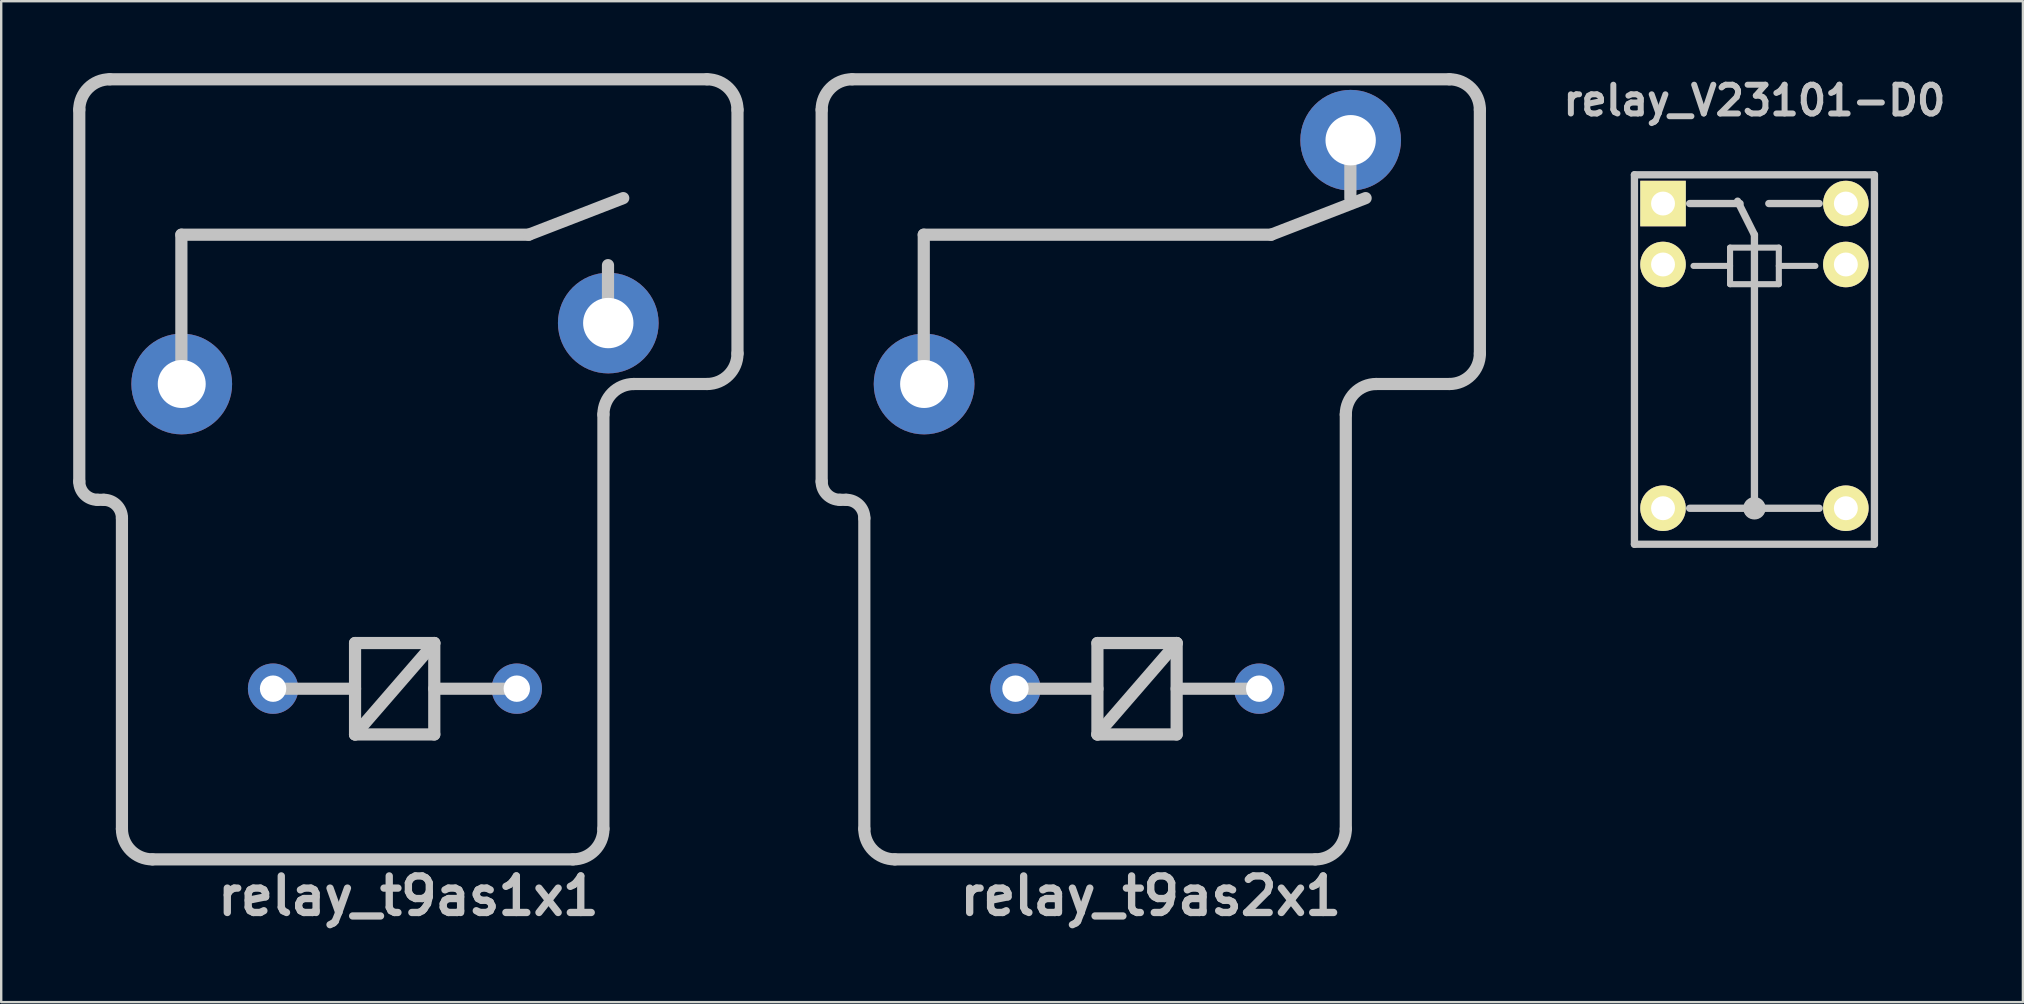
<source format=kicad_pcb>
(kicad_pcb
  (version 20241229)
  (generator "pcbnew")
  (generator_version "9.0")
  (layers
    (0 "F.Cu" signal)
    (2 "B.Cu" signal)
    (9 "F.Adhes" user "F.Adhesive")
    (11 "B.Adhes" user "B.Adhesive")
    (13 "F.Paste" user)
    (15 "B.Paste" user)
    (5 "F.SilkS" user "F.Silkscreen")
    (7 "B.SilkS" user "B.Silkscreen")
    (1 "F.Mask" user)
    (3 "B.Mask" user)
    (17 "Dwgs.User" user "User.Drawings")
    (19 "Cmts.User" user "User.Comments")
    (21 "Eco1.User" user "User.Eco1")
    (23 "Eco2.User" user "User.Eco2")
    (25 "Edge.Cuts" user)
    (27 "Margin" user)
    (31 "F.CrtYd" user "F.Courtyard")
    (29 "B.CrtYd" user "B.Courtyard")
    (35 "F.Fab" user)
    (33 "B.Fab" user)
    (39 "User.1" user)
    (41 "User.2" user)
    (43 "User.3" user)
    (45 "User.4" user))
  (footprint "relay_V23101-D0"
    (layer "F.Cu")
    (at 70.069 11.933)
    (property "Reference" "relay_V23101-D0" (at 0 -10.795 0) (layer "Dwgs.User") (effects (font (size 1.199 1.199) (thickness 0.249))))
    (attr through_hole)
    (fp_line (start -5.001 -7.699) (end 5.001 -7.699) (stroke (width 0.305) (type solid)) (layer "Dwgs.User"))
    (fp_line (start -5.001 7.699) (end -5.001 -7.699) (stroke (width 0.305) (type solid)) (layer "Dwgs.User"))
    (fp_line (start -2.7 6.2) (end 2.7 6.2) (stroke (width 0.305) (type solid)) (layer "Dwgs.User"))
    (fp_line (start -2.54 -3.901) (end -1.016 -3.901) (stroke (width 0.254) (type solid)) (layer "Dwgs.User"))
    (fp_line (start -1.016 -4.663) (end -1.016 -3.139) (stroke (width 0.254) (type solid)) (layer "Dwgs.User"))
    (fp_line (start -1.016 -3.139) (end 1.016 -3.139) (stroke (width 0.254) (type solid)) (layer "Dwgs.User"))
    (fp_line (start -0.599 -6.5) (end -2.7 -6.5) (stroke (width 0.305) (type solid)) (layer "Dwgs.User"))
    (fp_line (start 0 -5.199) (end -0.701 -6.599) (stroke (width 0.305) (type solid)) (layer "Dwgs.User"))
    (fp_line (start 0 -5.199) (end 0 6.2) (stroke (width 0.305) (type solid)) (layer "Dwgs.User"))
    (fp_line (start 0.599 -6.5) (end 2.7 -6.5) (stroke (width 0.305) (type solid)) (layer "Dwgs.User"))
    (fp_line (start 1.016 -4.663) (end -1.016 -4.663) (stroke (width 0.254) (type solid)) (layer "Dwgs.User"))
    (fp_line (start 1.016 -3.901) (end 2.54 -3.901) (stroke (width 0.254) (type solid)) (layer "Dwgs.User"))
    (fp_line (start 1.016 -3.139) (end 1.016 -4.663) (stroke (width 0.254) (type solid)) (layer "Dwgs.User"))
    (fp_line (start 5.001 -7.699) (end 5.001 7.699) (stroke (width 0.305) (type solid)) (layer "Dwgs.User"))
    (fp_line (start 5.001 7.699) (end -5.001 7.699) (stroke (width 0.305) (type solid)) (layer "Dwgs.User"))
    (fp_circle (center 0 6.2) (end -0.3 6.299) (stroke (width 0.305) (type solid)) (fill no) (layer "Dwgs.User"))
    (fp_circle (center 0 6.2) (end -0.099 6.299) (stroke (width 0.305) (type solid)) (fill no) (layer "Dwgs.User"))
    (pad "1" thru_hole rect (at -3.81 -6.5) (size 1.897 1.897) (drill 0.996) (layers "*.Cu" "*.Mask" "F.SilkS"))
    (pad "2" thru_hole circle (at -3.81 -3.96) (size 1.897 1.897) (drill 0.996) (layers "*.Cu" "*.Mask" "F.SilkS"))
    (pad "6" thru_hole circle (at -3.81 6.198) (size 1.897 1.897) (drill 0.996) (layers "*.Cu" "*.Mask" "F.SilkS"))
    (pad "7" thru_hole circle (at 3.81 6.198) (size 1.897 1.897) (drill 0.996) (layers "*.Cu" "*.Mask" "F.SilkS"))
    (pad "11" thru_hole circle (at 3.81 -3.96) (size 1.897 1.897) (drill 0.996) (layers "*.Cu" "*.Mask" "F.SilkS"))
    (pad "12" thru_hole circle (at 3.81 -6.5) (size 1.897 1.897) (drill 0.996) (layers "*.Cu" "*.Mask" "F.SilkS")))
  (footprint "relay_t9as1x1"
    (layer "F.Cu")
    (at 13.97 16.51)
    (property "Reference" "relay_t9as1x1" (at 0 17.78 0) (layer "Dwgs.User") (effects (font (size 1.524 1.524) (thickness 0.305))))
    (attr through_hole)
    (fp_line (start -13.716 -14.986) (end -13.716 0.508) (stroke (width 0.508) (type solid)) (layer "Dwgs.User"))
    (fp_line (start -12.954 1.27) (end -12.7 1.27) (stroke (width 0.508) (type solid)) (layer "Dwgs.User"))
    (fp_line (start -11.938 2.032) (end -11.938 14.986) (stroke (width 0.508) (type solid)) (layer "Dwgs.User"))
    (fp_line (start -10.668 16.256) (end 6.858 16.256) (stroke (width 0.508) (type solid)) (layer "Dwgs.User"))
    (fp_line (start -9.461 -9.779) (end -9.461 -3.556) (stroke (width 0.508) (type solid)) (layer "Dwgs.User"))
    (fp_line (start -9.461 -3.556) (end -9.461 -3.619) (stroke (width 0.508) (type solid)) (layer "Dwgs.User"))
    (fp_line (start -2.223 7.239) (end 1.079 7.239) (stroke (width 0.508) (type solid)) (layer "Dwgs.User"))
    (fp_line (start -2.223 9.144) (end -5.715 9.144) (stroke (width 0.508) (type solid)) (layer "Dwgs.User"))
    (fp_line (start -2.223 11.049) (end -2.223 7.239) (stroke (width 0.508) (type solid)) (layer "Dwgs.User"))
    (fp_line (start -2.223 11.049) (end 1.079 7.239) (stroke (width 0.508) (type solid)) (layer "Dwgs.User"))
    (fp_line (start 1.079 7.239) (end 1.079 11.049) (stroke (width 0.508) (type solid)) (layer "Dwgs.User"))
    (fp_line (start 1.079 11.049) (end -2.223 11.049) (stroke (width 0.508) (type solid)) (layer "Dwgs.User"))
    (fp_line (start 4.572 9.144) (end 1.079 9.144) (stroke (width 0.508) (type solid)) (layer "Dwgs.User"))
    (fp_line (start 5.016 -9.779) (end -9.461 -9.779) (stroke (width 0.508) (type solid)) (layer "Dwgs.User"))
    (fp_line (start 5.016 -9.779) (end 8.954 -11.303) (stroke (width 0.508) (type solid)) (layer "Dwgs.User"))
    (fp_line (start 8.128 14.986) (end 8.128 -2.286) (stroke (width 0.508) (type solid)) (layer "Dwgs.User"))
    (fp_line (start 8.319 -6.096) (end 8.319 -8.509) (stroke (width 0.508) (type solid)) (layer "Dwgs.User"))
    (fp_line (start 9.398 -3.556) (end 12.446 -3.556) (stroke (width 0.508) (type solid)) (layer "Dwgs.User"))
    (fp_line (start 12.446 -16.256) (end -12.446 -16.256) (stroke (width 0.508) (type solid)) (layer "Dwgs.User"))
    (fp_line (start 13.716 -4.826) (end 13.716 -14.986) (stroke (width 0.508) (type solid)) (layer "Dwgs.User"))
    (fp_arc (start -13.716 -14.986) (mid -13.344026 -15.884026) (end -12.446 -16.256) (stroke (width 0.508) (type solid)) (layer "Dwgs.User"))
    (fp_arc (start -12.954 1.27) (mid -13.492815 1.046815) (end -13.716 0.508) (stroke (width 0.508) (type solid)) (layer "Dwgs.User"))
    (fp_arc (start -12.7 1.27) (mid -12.161185 1.493185) (end -11.938 2.032) (stroke (width 0.508) (type solid)) (layer "Dwgs.User"))
    (fp_arc (start -10.668 16.256) (mid -11.566026 15.884026) (end -11.938 14.986) (stroke (width 0.508) (type solid)) (layer "Dwgs.User"))
    (fp_arc (start 8.128 -2.286) (mid 8.499974 -3.184026) (end 9.398 -3.556) (stroke (width 0.508) (type solid)) (layer "Dwgs.User"))
    (fp_arc (start 8.128 14.986) (mid 7.756026 15.884026) (end 6.858 16.256) (stroke (width 0.508) (type solid)) (layer "Dwgs.User"))
    (fp_arc (start 12.446 -16.256) (mid 13.344026 -15.884026) (end 13.716 -14.986) (stroke (width 0.508) (type solid)) (layer "Dwgs.User"))
    (fp_arc (start 13.716 -4.826) (mid 13.344026 -3.927974) (end 12.446 -3.556) (stroke (width 0.508) (type solid)) (layer "Dwgs.User"))
    (pad "1" thru_hole circle (at -5.639 9.141) (size 2.098 2.098) (drill 1.1) (layers "*.Cu" "*.Mask"))
    (pad "2" thru_hole circle (at 4.519 9.141) (size 2.098 2.098) (drill 1.1) (layers "*.Cu" "*.Mask"))
    (pad "3" thru_hole circle (at -9.446 -3.556) (size 4.199 4.199) (drill 1.999) (layers "*.Cu" "*.Mask"))
    (pad "4" thru_hole circle (at 8.331 -6.096) (size 4.196 4.196) (drill 2.098) (layers "*.Cu" "*.Mask")))
  (footprint "relay_t9as2x1"
    (layer "F.Cu")
    (at 44.91 16.51)
    (property "Reference" "relay_t9as2x1" (at 0 17.78 0) (layer "Dwgs.User") (effects (font (size 1.524 1.524) (thickness 0.305))))
    (attr through_hole)
    (fp_line (start -13.716 -14.986) (end -13.716 0.508) (stroke (width 0.508) (type solid)) (layer "Dwgs.User"))
    (fp_line (start -12.954 1.27) (end -12.7 1.27) (stroke (width 0.508) (type solid)) (layer "Dwgs.User"))
    (fp_line (start -11.938 2.032) (end -11.938 14.986) (stroke (width 0.508) (type solid)) (layer "Dwgs.User"))
    (fp_line (start -10.668 16.256) (end 6.858 16.256) (stroke (width 0.508) (type solid)) (layer "Dwgs.User"))
    (fp_line (start -9.461 -9.779) (end -9.461 -3.556) (stroke (width 0.508) (type solid)) (layer "Dwgs.User"))
    (fp_line (start -9.461 -3.556) (end -9.461 -3.619) (stroke (width 0.508) (type solid)) (layer "Dwgs.User"))
    (fp_line (start -2.223 7.239) (end 1.079 7.239) (stroke (width 0.508) (type solid)) (layer "Dwgs.User"))
    (fp_line (start -2.223 9.144) (end -5.715 9.144) (stroke (width 0.508) (type solid)) (layer "Dwgs.User"))
    (fp_line (start -2.223 11.049) (end -2.223 7.239) (stroke (width 0.508) (type solid)) (layer "Dwgs.User"))
    (fp_line (start -2.223 11.049) (end 1.079 7.239) (stroke (width 0.508) (type solid)) (layer "Dwgs.User"))
    (fp_line (start 1.079 7.239) (end 1.079 11.049) (stroke (width 0.508) (type solid)) (layer "Dwgs.User"))
    (fp_line (start 1.079 11.049) (end -2.223 11.049) (stroke (width 0.508) (type solid)) (layer "Dwgs.User"))
    (fp_line (start 4.572 9.144) (end 1.079 9.144) (stroke (width 0.508) (type solid)) (layer "Dwgs.User"))
    (fp_line (start 5.016 -9.779) (end -9.461 -9.779) (stroke (width 0.508) (type solid)) (layer "Dwgs.User"))
    (fp_line (start 5.016 -9.779) (end 8.954 -11.303) (stroke (width 0.508) (type solid)) (layer "Dwgs.User"))
    (fp_line (start 8.128 14.986) (end 8.128 -2.286) (stroke (width 0.508) (type solid)) (layer "Dwgs.User"))
    (fp_line (start 8.319 -13.716) (end 8.319 -11.303) (stroke (width 0.508) (type solid)) (layer "Dwgs.User"))
    (fp_line (start 9.398 -3.556) (end 12.446 -3.556) (stroke (width 0.508) (type solid)) (layer "Dwgs.User"))
    (fp_line (start 12.446 -16.256) (end -12.446 -16.256) (stroke (width 0.508) (type solid)) (layer "Dwgs.User"))
    (fp_line (start 13.716 -4.826) (end 13.716 -14.986) (stroke (width 0.508) (type solid)) (layer "Dwgs.User"))
    (fp_arc (start -13.716 -14.986) (mid -13.344026 -15.884026) (end -12.446 -16.256) (stroke (width 0.508) (type solid)) (layer "Dwgs.User"))
    (fp_arc (start -12.954 1.27) (mid -13.492815 1.046815) (end -13.716 0.508) (stroke (width 0.508) (type solid)) (layer "Dwgs.User"))
    (fp_arc (start -12.7 1.27) (mid -12.161185 1.493185) (end -11.938 2.032) (stroke (width 0.508) (type solid)) (layer "Dwgs.User"))
    (fp_arc (start -10.668 16.256) (mid -11.566026 15.884026) (end -11.938 14.986) (stroke (width 0.508) (type solid)) (layer "Dwgs.User"))
    (fp_arc (start 8.128 -2.286) (mid 8.499974 -3.184026) (end 9.398 -3.556) (stroke (width 0.508) (type solid)) (layer "Dwgs.User"))
    (fp_arc (start 8.128 14.986) (mid 7.756026 15.884026) (end 6.858 16.256) (stroke (width 0.508) (type solid)) (layer "Dwgs.User"))
    (fp_arc (start 12.446 -16.256) (mid 13.344026 -15.884026) (end 13.716 -14.986) (stroke (width 0.508) (type solid)) (layer "Dwgs.User"))
    (fp_arc (start 13.716 -4.826) (mid 13.344026 -3.927974) (end 12.446 -3.556) (stroke (width 0.508) (type solid)) (layer "Dwgs.User"))
    (pad "1" thru_hole circle (at -5.639 9.141) (size 2.098 2.098) (drill 1.1) (layers "*.Cu" "*.Mask"))
    (pad "2" thru_hole circle (at 4.519 9.141) (size 2.098 2.098) (drill 1.1) (layers "*.Cu" "*.Mask"))
    (pad "3" thru_hole circle (at -9.446 -3.556) (size 4.199 4.199) (drill 1.999) (layers "*.Cu" "*.Mask"))
    (pad "5" thru_hole circle (at 8.331 -13.716) (size 4.196 4.196) (drill 2.098) (layers "*.Cu" "*.Mask")))
  (gr_rect
    (start -3 -3)
    (end 81.258 38.716)
    (stroke (width 0.1) (type default))
    (fill no)
    (layer "Edge.Cuts")))
</source>
